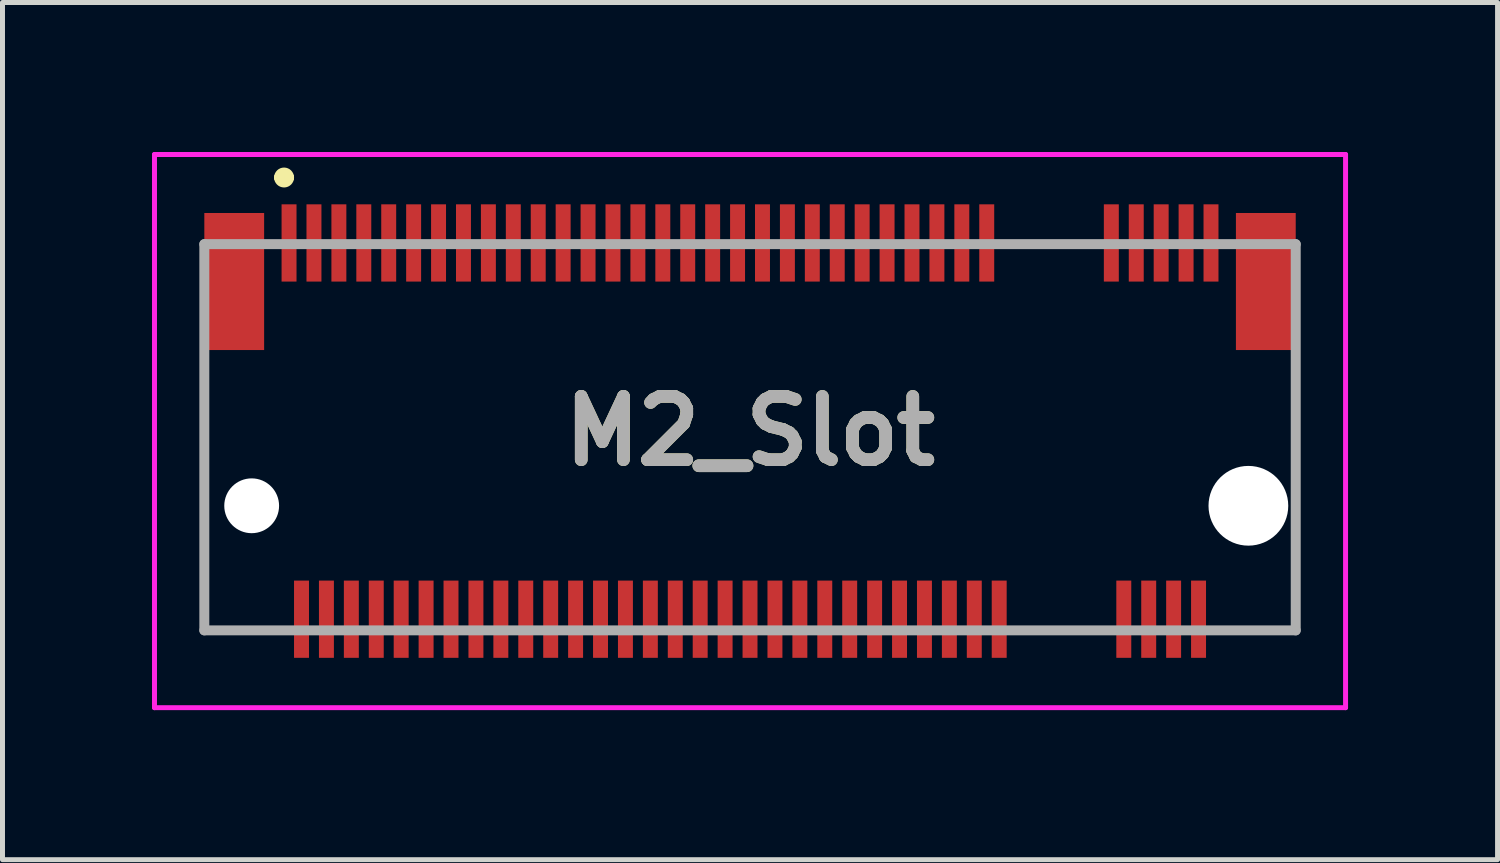
<source format=kicad_pcb>
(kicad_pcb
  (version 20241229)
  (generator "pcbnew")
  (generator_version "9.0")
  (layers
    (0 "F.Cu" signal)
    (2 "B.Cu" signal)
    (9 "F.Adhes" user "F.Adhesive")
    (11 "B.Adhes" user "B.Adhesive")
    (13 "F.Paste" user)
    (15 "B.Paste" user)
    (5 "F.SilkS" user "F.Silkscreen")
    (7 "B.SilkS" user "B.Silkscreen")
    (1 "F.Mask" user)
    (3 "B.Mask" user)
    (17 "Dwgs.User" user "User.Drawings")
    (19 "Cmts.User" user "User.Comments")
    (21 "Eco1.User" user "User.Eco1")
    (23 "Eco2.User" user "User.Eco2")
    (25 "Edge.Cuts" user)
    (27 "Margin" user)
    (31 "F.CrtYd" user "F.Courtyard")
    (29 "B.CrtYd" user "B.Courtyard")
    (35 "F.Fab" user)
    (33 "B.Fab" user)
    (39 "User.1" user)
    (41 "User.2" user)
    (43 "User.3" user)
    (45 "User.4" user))
  (footprint "M2_Slot"
    (layer "F.Cu")
    (at 12 5.712)
    (property "Reference" "M2_Slot" (at 0 -0.112 0) (layer "F.SilkS") (effects (font (size 1.27 1.27) (thickness 0.254))))
    (attr through_hole)
    (fp_line (start -10.95 -1.4) (end -10.95 3.887) (stroke (width 0.1) (type solid)) (layer "F.SilkS"))
    (fp_line (start -10.95 3.887) (end -9.6 3.887) (stroke (width 0.1) (type solid)) (layer "F.SilkS"))
    (fp_line (start -9.45 -5.2) (end -9.45 -5.2) (stroke (width 0.2) (type solid)) (layer "F.SilkS"))
    (fp_line (start -9.25 -5.2) (end -9.25 -5.2) (stroke (width 0.2) (type solid)) (layer "F.SilkS"))
    (fp_line (start 9.4 3.887) (end 10.95 3.887) (stroke (width 0.1) (type solid)) (layer "F.SilkS"))
    (fp_line (start 10.95 3.887) (end 10.95 2.2) (stroke (width 0.1) (type solid)) (layer "F.SilkS"))
    (fp_arc (start -9.45 -5.2) (mid -9.35 -5.3) (end -9.25 -5.2) (stroke (width 0.2) (type solid)) (layer "F.SilkS"))
    (fp_arc (start -9.25 -5.2) (mid -9.35 -5.1) (end -9.45 -5.2) (stroke (width 0.2) (type solid)) (layer "F.SilkS"))
    (fp_line (start -11.95 -5.662) (end 11.95 -5.662) (stroke (width 0.1) (type solid)) (layer "F.CrtYd"))
    (fp_line (start -11.95 5.438) (end -11.95 -5.662) (stroke (width 0.1) (type solid)) (layer "F.CrtYd"))
    (fp_line (start 11.95 -5.662) (end 11.95 5.438) (stroke (width 0.1) (type solid)) (layer "F.CrtYd"))
    (fp_line (start 11.95 5.438) (end -11.95 5.438) (stroke (width 0.1) (type solid)) (layer "F.CrtYd"))
    (fp_line (start -10.95 -3.863) (end 10.95 -3.863) (stroke (width 0.2) (type solid)) (layer "F.Fab"))
    (fp_line (start -10.95 3.887) (end -10.95 -3.863) (stroke (width 0.2) (type solid)) (layer "F.Fab"))
    (fp_line (start 10.95 -3.863) (end 10.95 3.887) (stroke (width 0.2) (type solid)) (layer "F.Fab"))
    (fp_line (start 10.95 3.887) (end -10.95 3.887) (stroke (width 0.2) (type solid)) (layer "F.Fab"))
    (fp_text user "${REFERENCE}" (at 0 -0.112 0) (layer "F.Fab") (effects (font (size 1.27 1.27) (thickness 0.254))))
    (pad "" np_thru_hole circle (at -10 1.387) (size 1.1 1.1) (drill 1.1) (layers "*.Cu" "*.Mask"))
    (pad "" np_thru_hole circle (at 10 1.387) (size 1.6 1.6) (drill 1.6) (layers "*.Cu" "*.Mask"))
    (pad "1" smd rect (at -9.25 -3.887) (size 0.3 1.55) (layers "F.Cu" "F.Mask" "F.Paste"))
    (pad "2" smd rect (at -9 3.663) (size 0.3 1.55) (layers "F.Cu" "F.Mask" "F.Paste"))
    (pad "3" smd rect (at -8.75 -3.887) (size 0.3 1.55) (layers "F.Cu" "F.Mask" "F.Paste"))
    (pad "4" smd rect (at -8.5 3.663) (size 0.3 1.55) (layers "F.Cu" "F.Mask" "F.Paste"))
    (pad "5" smd rect (at -8.25 -3.887) (size 0.3 1.55) (layers "F.Cu" "F.Mask" "F.Paste"))
    (pad "6" smd rect (at -8 3.663) (size 0.3 1.55) (layers "F.Cu" "F.Mask" "F.Paste"))
    (pad "7" smd rect (at -7.75 -3.887) (size 0.3 1.55) (layers "F.Cu" "F.Mask" "F.Paste"))
    (pad "8" smd rect (at -7.5 3.663) (size 0.3 1.55) (layers "F.Cu" "F.Mask" "F.Paste"))
    (pad "9" smd rect (at -7.25 -3.887) (size 0.3 1.55) (layers "F.Cu" "F.Mask" "F.Paste"))
    (pad "10" smd rect (at -7 3.663) (size 0.3 1.55) (layers "F.Cu" "F.Mask" "F.Paste"))
    (pad "11" smd rect (at -6.75 -3.887) (size 0.3 1.55) (layers "F.Cu" "F.Mask" "F.Paste"))
    (pad "12" smd rect (at -6.5 3.663) (size 0.3 1.55) (layers "F.Cu" "F.Mask" "F.Paste"))
    (pad "13" smd rect (at -6.25 -3.887) (size 0.3 1.55) (layers "F.Cu" "F.Mask" "F.Paste"))
    (pad "14" smd rect (at -6 3.663) (size 0.3 1.55) (layers "F.Cu" "F.Mask" "F.Paste"))
    (pad "15" smd rect (at -5.75 -3.887) (size 0.3 1.55) (layers "F.Cu" "F.Mask" "F.Paste"))
    (pad "16" smd rect (at -5.5 3.663) (size 0.3 1.55) (layers "F.Cu" "F.Mask" "F.Paste"))
    (pad "17" smd rect (at -5.25 -3.887) (size 0.3 1.55) (layers "F.Cu" "F.Mask" "F.Paste"))
    (pad "18" smd rect (at -5 3.663) (size 0.3 1.55) (layers "F.Cu" "F.Mask" "F.Paste"))
    (pad "19" smd rect (at -4.75 -3.887) (size 0.3 1.55) (layers "F.Cu" "F.Mask" "F.Paste"))
    (pad "20" smd rect (at -4.5 3.663) (size 0.3 1.55) (layers "F.Cu" "F.Mask" "F.Paste"))
    (pad "21" smd rect (at -4.25 -3.887) (size 0.3 1.55) (layers "F.Cu" "F.Mask" "F.Paste"))
    (pad "22" smd rect (at -4 3.663) (size 0.3 1.55) (layers "F.Cu" "F.Mask" "F.Paste"))
    (pad "23" smd rect (at -3.75 -3.887) (size 0.3 1.55) (layers "F.Cu" "F.Mask" "F.Paste"))
    (pad "24" smd rect (at -3.5 3.663) (size 0.3 1.55) (layers "F.Cu" "F.Mask" "F.Paste"))
    (pad "25" smd rect (at -3.25 -3.887) (size 0.3 1.55) (layers "F.Cu" "F.Mask" "F.Paste"))
    (pad "26" smd rect (at -3 3.663) (size 0.3 1.55) (layers "F.Cu" "F.Mask" "F.Paste"))
    (pad "27" smd rect (at -2.75 -3.887) (size 0.3 1.55) (layers "F.Cu" "F.Mask" "F.Paste"))
    (pad "28" smd rect (at -2.5 3.663) (size 0.3 1.55) (layers "F.Cu" "F.Mask" "F.Paste"))
    (pad "29" smd rect (at -2.25 -3.887) (size 0.3 1.55) (layers "F.Cu" "F.Mask" "F.Paste"))
    (pad "30" smd rect (at -2 3.663) (size 0.3 1.55) (layers "F.Cu" "F.Mask" "F.Paste"))
    (pad "31" smd rect (at -1.75 -3.887) (size 0.3 1.55) (layers "F.Cu" "F.Mask" "F.Paste"))
    (pad "32" smd rect (at -1.5 3.663) (size 0.3 1.55) (layers "F.Cu" "F.Mask" "F.Paste"))
    (pad "33" smd rect (at -1.25 -3.887) (size 0.3 1.55) (layers "F.Cu" "F.Mask" "F.Paste"))
    (pad "34" smd rect (at -1 3.663) (size 0.3 1.55) (layers "F.Cu" "F.Mask" "F.Paste"))
    (pad "35" smd rect (at -0.75 -3.887) (size 0.3 1.55) (layers "F.Cu" "F.Mask" "F.Paste"))
    (pad "36" smd rect (at -0.5 3.663) (size 0.3 1.55) (layers "F.Cu" "F.Mask" "F.Paste"))
    (pad "37" smd rect (at -0.25 -3.887) (size 0.3 1.55) (layers "F.Cu" "F.Mask" "F.Paste"))
    (pad "38" smd rect (at 0 3.663) (size 0.3 1.55) (layers "F.Cu" "F.Mask" "F.Paste"))
    (pad "39" smd rect (at 0.25 -3.887) (size 0.3 1.55) (layers "F.Cu" "F.Mask" "F.Paste"))
    (pad "40" smd rect (at 0.5 3.663) (size 0.3 1.55) (layers "F.Cu" "F.Mask" "F.Paste"))
    (pad "41" smd rect (at 0.75 -3.887) (size 0.3 1.55) (layers "F.Cu" "F.Mask" "F.Paste"))
    (pad "42" smd rect (at 1 3.663) (size 0.3 1.55) (layers "F.Cu" "F.Mask" "F.Paste"))
    (pad "43" smd rect (at 1.25 -3.887) (size 0.3 1.55) (layers "F.Cu" "F.Mask" "F.Paste"))
    (pad "44" smd rect (at 1.5 3.663) (size 0.3 1.55) (layers "F.Cu" "F.Mask" "F.Paste"))
    (pad "45" smd rect (at 1.75 -3.887) (size 0.3 1.55) (layers "F.Cu" "F.Mask" "F.Paste"))
    (pad "46" smd rect (at 2 3.663) (size 0.3 1.55) (layers "F.Cu" "F.Mask" "F.Paste"))
    (pad "47" smd rect (at 2.25 -3.887) (size 0.3 1.55) (layers "F.Cu" "F.Mask" "F.Paste"))
    (pad "48" smd rect (at 2.5 3.663) (size 0.3 1.55) (layers "F.Cu" "F.Mask" "F.Paste"))
    (pad "49" smd rect (at 2.75 -3.887) (size 0.3 1.55) (layers "F.Cu" "F.Mask" "F.Paste"))
    (pad "50" smd rect (at 3 3.663) (size 0.3 1.55) (layers "F.Cu" "F.Mask" "F.Paste"))
    (pad "51" smd rect (at 3.25 -3.887) (size 0.3 1.55) (layers "F.Cu" "F.Mask" "F.Paste"))
    (pad "52" smd rect (at 3.5 3.663) (size 0.3 1.55) (layers "F.Cu" "F.Mask" "F.Paste"))
    (pad "53" smd rect (at 3.75 -3.887) (size 0.3 1.55) (layers "F.Cu" "F.Mask" "F.Paste"))
    (pad "54" smd rect (at 4 3.663) (size 0.3 1.55) (layers "F.Cu" "F.Mask" "F.Paste"))
    (pad "55" smd rect (at 4.25 -3.887) (size 0.3 1.55) (layers "F.Cu" "F.Mask" "F.Paste"))
    (pad "56" smd rect (at 4.5 3.663) (size 0.3 1.55) (layers "F.Cu" "F.Mask" "F.Paste"))
    (pad "57" smd rect (at 4.75 -3.887) (size 0.3 1.55) (layers "F.Cu" "F.Mask" "F.Paste"))
    (pad "58" smd rect (at 5 3.663) (size 0.3 1.55) (layers "F.Cu" "F.Mask" "F.Paste"))
    (pad "67" smd rect (at 7.25 -3.887) (size 0.3 1.55) (layers "F.Cu" "F.Mask" "F.Paste"))
    (pad "68" smd rect (at 7.5 3.663) (size 0.3 1.55) (layers "F.Cu" "F.Mask" "F.Paste"))
    (pad "69" smd rect (at 7.75 -3.887) (size 0.3 1.55) (layers "F.Cu" "F.Mask" "F.Paste"))
    (pad "70" smd rect (at 8 3.663) (size 0.3 1.55) (layers "F.Cu" "F.Mask" "F.Paste"))
    (pad "71" smd rect (at 8.25 -3.887) (size 0.3 1.55) (layers "F.Cu" "F.Mask" "F.Paste"))
    (pad "72" smd rect (at 8.5 3.663) (size 0.3 1.55) (layers "F.Cu" "F.Mask" "F.Paste"))
    (pad "73" smd rect (at 8.75 -3.887) (size 0.3 1.55) (layers "F.Cu" "F.Mask" "F.Paste"))
    (pad "74" smd rect (at 9 3.663) (size 0.3 1.55) (layers "F.Cu" "F.Mask" "F.Paste"))
    (pad "75" smd rect (at 9.25 -3.887) (size 0.3 1.55) (layers "F.Cu" "F.Mask" "F.Paste"))
    (pad "MP1" smd rect (at -10.35 -3.113) (size 1.2 2.75) (layers "F.Cu" "F.Mask" "F.Paste"))
    (pad "MP2" smd rect (at 10.35 -3.113) (size 1.2 2.75) (layers "F.Cu" "F.Mask" "F.Paste")))
  (gr_rect
    (start -3 -3)
    (end 27 14.2)
    (stroke (width 0.1) (type default))
    (fill no)
    (layer "Edge.Cuts")))
</source>
